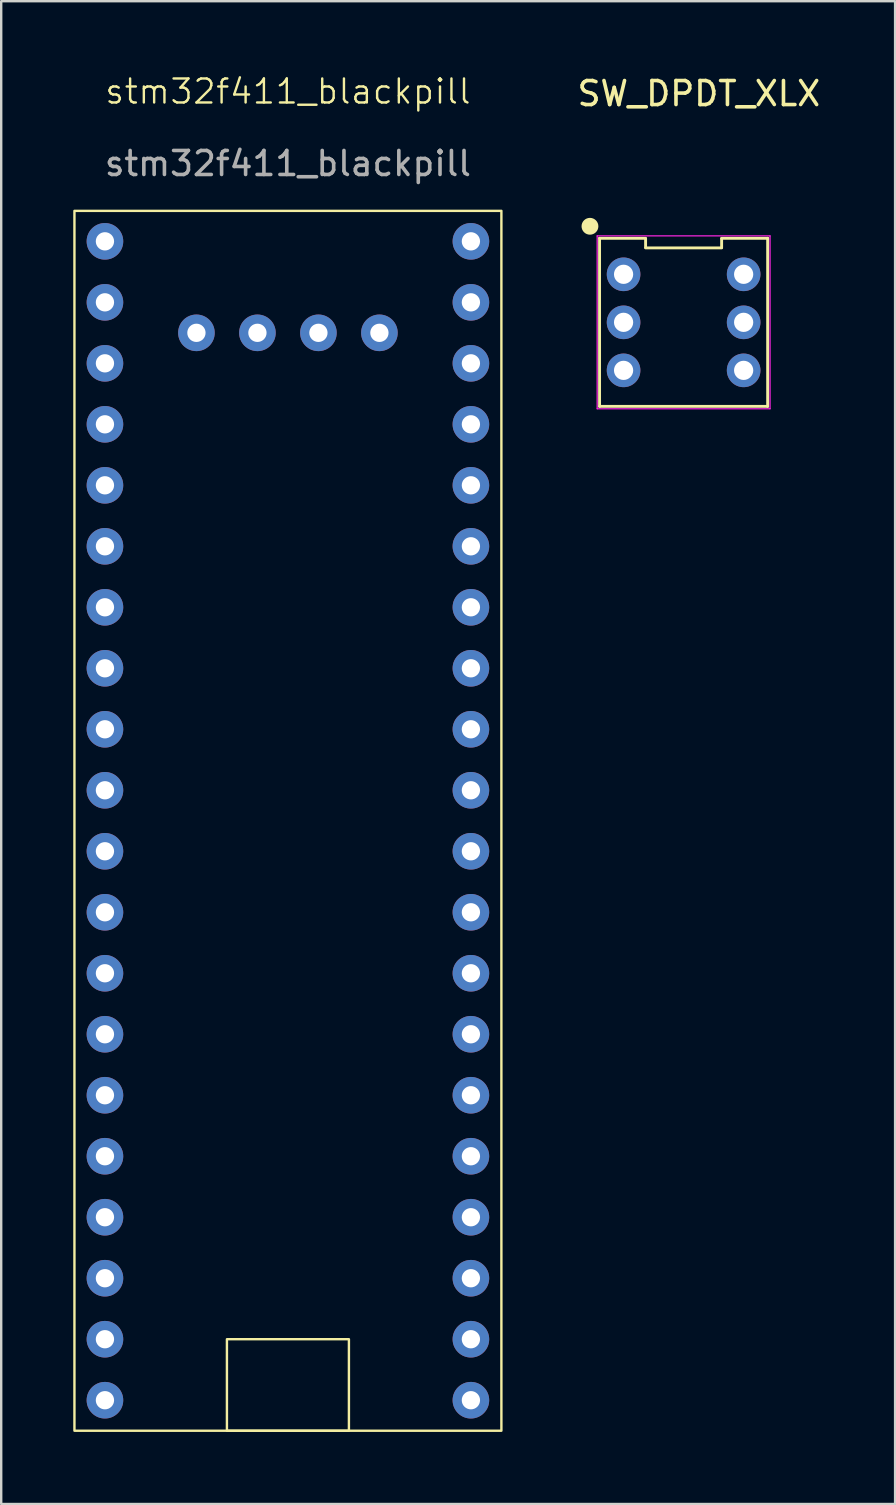
<source format=kicad_pcb>
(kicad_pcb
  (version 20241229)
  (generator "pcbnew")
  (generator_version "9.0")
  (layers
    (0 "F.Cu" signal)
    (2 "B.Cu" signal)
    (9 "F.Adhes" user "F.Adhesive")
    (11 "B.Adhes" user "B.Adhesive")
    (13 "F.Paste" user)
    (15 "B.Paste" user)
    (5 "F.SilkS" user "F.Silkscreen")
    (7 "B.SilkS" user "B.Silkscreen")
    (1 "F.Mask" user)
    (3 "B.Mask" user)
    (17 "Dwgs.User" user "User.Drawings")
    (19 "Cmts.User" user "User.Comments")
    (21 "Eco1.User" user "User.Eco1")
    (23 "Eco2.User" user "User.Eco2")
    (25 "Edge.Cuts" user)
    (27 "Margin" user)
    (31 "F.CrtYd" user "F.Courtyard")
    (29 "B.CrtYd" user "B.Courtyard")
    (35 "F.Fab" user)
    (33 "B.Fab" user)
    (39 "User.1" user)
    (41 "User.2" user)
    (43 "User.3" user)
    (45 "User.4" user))
  (footprint "stm32f411_blackpill"
    (layer "F.Cu")
    (at 8.94 17.16)
    (property "Reference" "stm32f411_blackpill" (at 0 -16.4 0) (unlocked yes) (layer "F.SilkS") (effects (font (size 1 1) (thickness 0.1))))
    (attr through_hole)
    (fp_rect (start -8.89 -11.43) (end 8.89 39.37) (stroke (width 0.1) (type default)) (fill no) (layer "F.SilkS"))
    (fp_rect (start -2.54 35.56) (end 2.54 39.37) (stroke (width 0.1) (type default)) (fill no) (layer "F.SilkS"))
    (fp_text user "${REFERENCE}" (at 0 -13.4 0) (unlocked yes) (layer "F.Fab") (effects (font (size 1 1) (thickness 0.15))))
    (pad "1" thru_hole circle (at -7.62 -10.16) (size 1.524 1.524) (drill 0.762) (layers "*.Cu" "*.Mask"))
    (pad "2" thru_hole circle (at -7.62 -7.62) (size 1.524 1.524) (drill 0.762) (layers "*.Cu" "*.Mask"))
    (pad "3" thru_hole circle (at -7.62 -5.08) (size 1.524 1.524) (drill 0.762) (layers "*.Cu" "*.Mask"))
    (pad "4" thru_hole circle (at -7.62 -2.54) (size 1.524 1.524) (drill 0.762) (layers "*.Cu" "*.Mask"))
    (pad "5" thru_hole circle (at -7.62 0) (size 1.524 1.524) (drill 0.762) (layers "*.Cu" "*.Mask"))
    (pad "6" thru_hole circle (at -7.62 2.54) (size 1.524 1.524) (drill 0.762) (layers "*.Cu" "*.Mask"))
    (pad "7" thru_hole circle (at -7.62 5.08) (size 1.524 1.524) (drill 0.762) (layers "*.Cu" "*.Mask"))
    (pad "8" thru_hole circle (at -7.62 7.62) (size 1.524 1.524) (drill 0.762) (layers "*.Cu" "*.Mask"))
    (pad "9" thru_hole circle (at -7.62 10.16) (size 1.524 1.524) (drill 0.762) (layers "*.Cu" "*.Mask"))
    (pad "10" thru_hole circle (at -7.62 12.7) (size 1.524 1.524) (drill 0.762) (layers "*.Cu" "*.Mask"))
    (pad "11" thru_hole circle (at -7.62 15.24) (size 1.524 1.524) (drill 0.762) (layers "*.Cu" "*.Mask"))
    (pad "12" thru_hole circle (at -7.62 17.78) (size 1.524 1.524) (drill 0.762) (layers "*.Cu" "*.Mask"))
    (pad "13" thru_hole circle (at -7.62 20.32) (size 1.524 1.524) (drill 0.762) (layers "*.Cu" "*.Mask"))
    (pad "14" thru_hole circle (at -7.62 22.86) (size 1.524 1.524) (drill 0.762) (layers "*.Cu" "*.Mask"))
    (pad "15" thru_hole circle (at -7.62 25.4) (size 1.524 1.524) (drill 0.762) (layers "*.Cu" "*.Mask"))
    (pad "16" thru_hole circle (at -7.62 27.94) (size 1.524 1.524) (drill 0.762) (layers "*.Cu" "*.Mask"))
    (pad "17" thru_hole circle (at -7.62 30.48) (size 1.524 1.524) (drill 0.762) (layers "*.Cu" "*.Mask"))
    (pad "18" thru_hole circle (at -7.62 33.02) (size 1.524 1.524) (drill 0.762) (layers "*.Cu" "*.Mask"))
    (pad "19" thru_hole circle (at -7.62 35.56) (size 1.524 1.524) (drill 0.762) (layers "*.Cu" "*.Mask"))
    (pad "20" thru_hole circle (at -7.62 38.1) (size 1.524 1.524) (drill 0.762) (layers "*.Cu" "*.Mask"))
    (pad "21" thru_hole circle (at 7.62 -10.16) (size 1.524 1.524) (drill 0.762) (layers "*.Cu" "*.Mask"))
    (pad "22" thru_hole circle (at 7.62 -7.62) (size 1.524 1.524) (drill 0.762) (layers "*.Cu" "*.Mask"))
    (pad "23" thru_hole circle (at 7.62 -5.08) (size 1.524 1.524) (drill 0.762) (layers "*.Cu" "*.Mask"))
    (pad "24" thru_hole circle (at 7.62 -2.54) (size 1.524 1.524) (drill 0.762) (layers "*.Cu" "*.Mask"))
    (pad "25" thru_hole circle (at 7.62 0) (size 1.524 1.524) (drill 0.762) (layers "*.Cu" "*.Mask"))
    (pad "26" thru_hole circle (at 7.62 2.54) (size 1.524 1.524) (drill 0.762) (layers "*.Cu" "*.Mask"))
    (pad "27" thru_hole circle (at 7.62 5.08) (size 1.524 1.524) (drill 0.762) (layers "*.Cu" "*.Mask"))
    (pad "28" thru_hole circle (at 7.62 7.62) (size 1.524 1.524) (drill 0.762) (layers "*.Cu" "*.Mask"))
    (pad "29" thru_hole circle (at 7.62 10.16) (size 1.524 1.524) (drill 0.762) (layers "*.Cu" "*.Mask"))
    (pad "30" thru_hole circle (at 7.62 12.7) (size 1.524 1.524) (drill 0.762) (layers "*.Cu" "*.Mask"))
    (pad "31" thru_hole circle (at 7.62 15.24) (size 1.524 1.524) (drill 0.762) (layers "*.Cu" "*.Mask"))
    (pad "32" thru_hole circle (at 7.62 17.78) (size 1.524 1.524) (drill 0.762) (layers "*.Cu" "*.Mask"))
    (pad "33" thru_hole circle (at 7.62 20.32) (size 1.524 1.524) (drill 0.762) (layers "*.Cu" "*.Mask"))
    (pad "34" thru_hole circle (at 7.62 22.86) (size 1.524 1.524) (drill 0.762) (layers "*.Cu" "*.Mask"))
    (pad "35" thru_hole circle (at 7.62 25.4) (size 1.524 1.524) (drill 0.762) (layers "*.Cu" "*.Mask"))
    (pad "36" thru_hole circle (at 7.62 27.94) (size 1.524 1.524) (drill 0.762) (layers "*.Cu" "*.Mask"))
    (pad "37" thru_hole circle (at 7.62 30.48) (size 1.524 1.524) (drill 0.762) (layers "*.Cu" "*.Mask"))
    (pad "38" thru_hole circle (at 7.62 33.02) (size 1.524 1.524) (drill 0.762) (layers "*.Cu" "*.Mask"))
    (pad "39" thru_hole circle (at 7.62 35.56) (size 1.524 1.524) (drill 0.762) (layers "*.Cu" "*.Mask"))
    (pad "40" thru_hole circle (at 7.62 38.1) (size 1.524 1.524) (drill 0.762) (layers "*.Cu" "*.Mask"))
    (pad "41" thru_hole circle (at -3.81 -6.35) (size 1.524 1.524) (drill 0.762) (layers "*.Cu" "*.Mask"))
    (pad "42" thru_hole circle (at -1.27 -6.35) (size 1.524 1.524) (drill 0.762) (layers "*.Cu" "*.Mask"))
    (pad "43" thru_hole circle (at 1.27 -6.35) (size 1.524 1.524) (drill 0.762) (layers "*.Cu" "*.Mask"))
    (pad "44" thru_hole circle (at 3.81 -6.35) (size 1.524 1.524) (drill 0.762) (layers "*.Cu" "*.Mask")))
  (footprint "SW_DPDT_XLX"
    (layer "F.Cu")
    (at 25.418 10.373)
    (property "Reference" "SW_DPDT_XLX" (at 0.635 -9.525 180) (layer "F.SilkS") (effects (font (size 1 1) (thickness 0.15))))
    (attr through_hole)
    (fp_line (start -3.5 -3.5) (end -3.5 3.5) (stroke (width 0.12) (type solid)) (layer "F.SilkS"))
    (fp_line (start -3.5 3.5) (end 3.5 3.5) (stroke (width 0.12) (type solid)) (layer "F.SilkS"))
    (fp_line (start -1.583 -3.5) (end -3.5 -3.5) (stroke (width 0.12) (type solid)) (layer "F.SilkS"))
    (fp_line (start -1.583 -3.12) (end -1.583 -3.48) (stroke (width 0.12) (type solid)) (layer "F.SilkS"))
    (fp_line (start 1.583 -3.48) (end 1.583 -3.12) (stroke (width 0.12) (type solid)) (layer "F.SilkS"))
    (fp_line (start 1.583 -3.1) (end -1.583 -3.1) (stroke (width 0.12) (type solid)) (layer "F.SilkS"))
    (fp_line (start 3.5 -3.5) (end 1.583 -3.5) (stroke (width 0.12) (type solid)) (layer "F.SilkS"))
    (fp_line (start 3.5 3.5) (end 3.5 -3.5) (stroke (width 0.12) (type solid)) (layer "F.SilkS"))
    (fp_circle (center -3.9 -4) (end -3.6 -4) (stroke (width 0.1) (type default)) (fill yes) (layer "F.SilkS"))
    (fp_line (start -3.6 -3.6) (end 3.6 -3.6) (stroke (width 0.05) (type solid)) (layer "F.CrtYd"))
    (fp_line (start -3.6 3.6) (end -3.6 -3.6) (stroke (width 0.05) (type solid)) (layer "F.CrtYd"))
    (fp_line (start 3.6 -3.6) (end 3.6 3.6) (stroke (width 0.05) (type solid)) (layer "F.CrtYd"))
    (fp_line (start 3.6 3.6) (end -3.6 3.6) (stroke (width 0.05) (type solid)) (layer "F.CrtYd"))
    (pad "1" thru_hole oval (at -2.5 -2 270) (size 1.4 1.4) (drill 0.8) (layers "B.Cu"))
    (pad "2" thru_hole oval (at -2.5 0 270) (size 1.4 1.4) (drill 0.8) (layers "B.Cu"))
    (pad "3" thru_hole oval (at -2.5 2 270) (size 1.4 1.4) (drill 0.8) (layers "B.Cu"))
    (pad "4" thru_hole oval (at 2.5 -2 270) (size 1.4 1.4) (drill 0.8) (layers "B.Cu"))
    (pad "5" thru_hole oval (at 2.5 0 270) (size 1.4 1.4) (drill 0.8) (layers "B.Cu"))
    (pad "6" thru_hole oval (at 2.5 2 270) (size 1.4 1.4) (drill 0.8) (layers "B.Cu")))
  (gr_rect
    (start -3 -3)
    (end 34.225 59.581)
    (stroke (width 0.1) (type default))
    (fill no)
    (layer "Edge.Cuts")))
</source>
